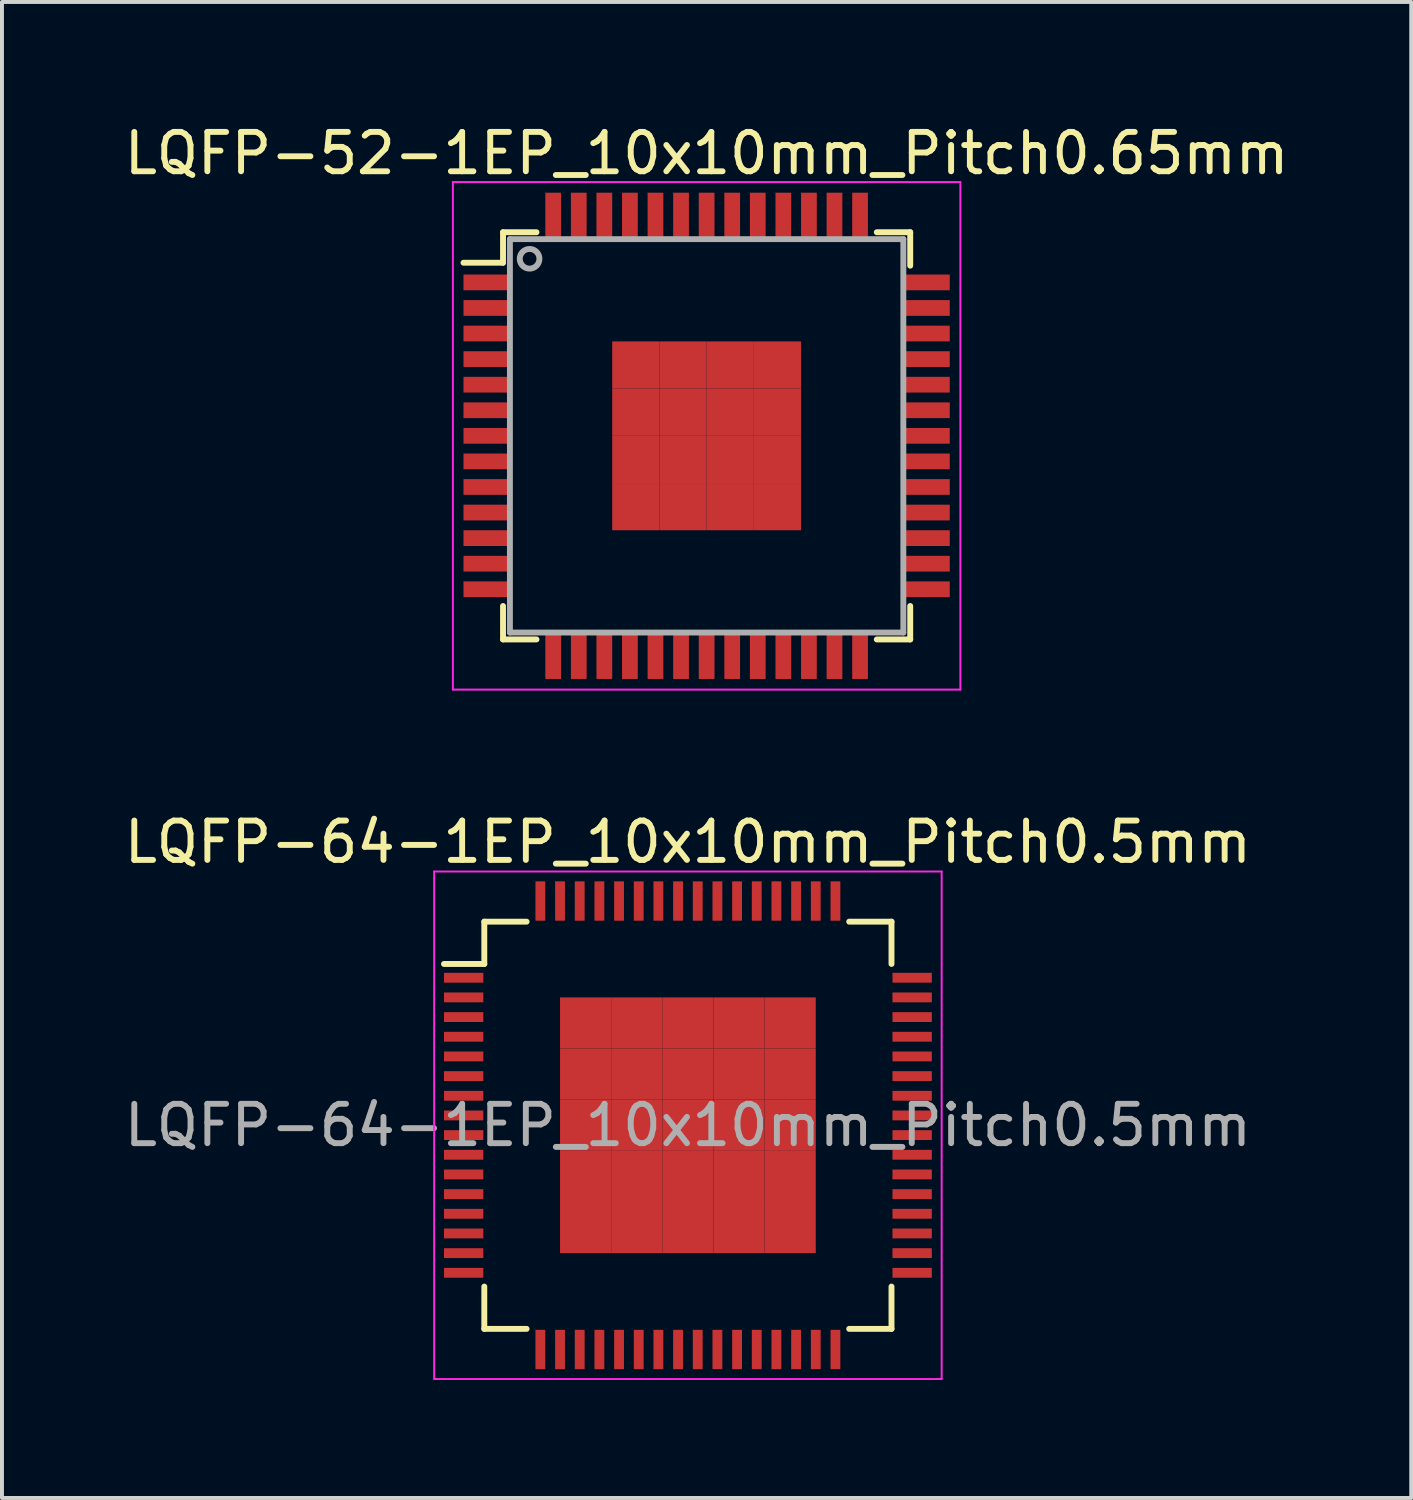
<source format=kicad_pcb>
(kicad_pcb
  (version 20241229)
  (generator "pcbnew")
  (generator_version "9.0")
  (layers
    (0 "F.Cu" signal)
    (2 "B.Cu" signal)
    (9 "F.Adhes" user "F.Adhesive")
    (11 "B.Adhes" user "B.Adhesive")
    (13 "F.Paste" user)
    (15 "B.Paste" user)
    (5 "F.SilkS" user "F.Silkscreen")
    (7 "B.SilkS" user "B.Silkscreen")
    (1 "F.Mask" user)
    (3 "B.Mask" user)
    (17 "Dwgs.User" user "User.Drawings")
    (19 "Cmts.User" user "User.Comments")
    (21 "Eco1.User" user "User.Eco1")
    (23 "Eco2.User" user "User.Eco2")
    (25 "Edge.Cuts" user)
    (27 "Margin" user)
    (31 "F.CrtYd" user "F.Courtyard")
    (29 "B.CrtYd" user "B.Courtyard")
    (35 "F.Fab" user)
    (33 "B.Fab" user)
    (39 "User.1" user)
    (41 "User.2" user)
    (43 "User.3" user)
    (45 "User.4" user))
  (footprint "LQFP-64-1EP_10x10mm_Pitch0.5mm"
    (layer "F.Cu")
    (at 14.435 25.552)
    (property "Reference" "LQFP-64-1EP_10x10mm_Pitch0.5mm" (at 0 -7.2 0) (layer "F.SilkS") (effects (font (size 1 1) (thickness 0.15))))
    (attr smd)
    (fp_line (start -5.175 -5.175) (end -5.175 -4.1) (stroke (width 0.15) (type solid)) (layer "F.SilkS"))
    (fp_line (start -5.175 -5.175) (end -4.1 -5.175) (stroke (width 0.15) (type solid)) (layer "F.SilkS"))
    (fp_line (start -5.175 -4.1) (end -6.2 -4.1) (stroke (width 0.15) (type solid)) (layer "F.SilkS"))
    (fp_line (start -5.175 5.175) (end -5.175 4.1) (stroke (width 0.15) (type solid)) (layer "F.SilkS"))
    (fp_line (start -5.175 5.175) (end -4.1 5.175) (stroke (width 0.15) (type solid)) (layer "F.SilkS"))
    (fp_line (start 5.175 -5.175) (end 4.1 -5.175) (stroke (width 0.15) (type solid)) (layer "F.SilkS"))
    (fp_line (start 5.175 -5.175) (end 5.175 -4.1) (stroke (width 0.15) (type solid)) (layer "F.SilkS"))
    (fp_line (start 5.175 5.175) (end 4.1 5.175) (stroke (width 0.15) (type solid)) (layer "F.SilkS"))
    (fp_line (start 5.175 5.175) (end 5.175 4.1) (stroke (width 0.15) (type solid)) (layer "F.SilkS"))
    (fp_line (start -6.45 -6.45) (end -6.45 6.45) (stroke (width 0.05) (type solid)) (layer "F.CrtYd"))
    (fp_line (start -6.45 -6.45) (end 6.45 -6.45) (stroke (width 0.05) (type solid)) (layer "F.CrtYd"))
    (fp_line (start -6.45 6.45) (end 6.45 6.45) (stroke (width 0.05) (type solid)) (layer "F.CrtYd"))
    (fp_line (start 6.45 -6.45) (end 6.45 6.45) (stroke (width 0.05) (type solid)) (layer "F.CrtYd"))
    (fp_text user "${REFERENCE}" (at 0 0 0) (layer "F.Fab") (effects (font (size 1 1) (thickness 0.15))))
    (pad "1" smd rect (at -5.7 -3.75) (size 1 0.25) (layers "F.Cu" "F.Mask" "F.Paste"))
    (pad "2" smd rect (at -5.7 -3.25) (size 1 0.25) (layers "F.Cu" "F.Mask" "F.Paste"))
    (pad "3" smd rect (at -5.7 -2.75) (size 1 0.25) (layers "F.Cu" "F.Mask" "F.Paste"))
    (pad "4" smd rect (at -5.7 -2.25) (size 1 0.25) (layers "F.Cu" "F.Mask" "F.Paste"))
    (pad "5" smd rect (at -5.7 -1.75) (size 1 0.25) (layers "F.Cu" "F.Mask" "F.Paste"))
    (pad "6" smd rect (at -5.7 -1.25) (size 1 0.25) (layers "F.Cu" "F.Mask" "F.Paste"))
    (pad "7" smd rect (at -5.7 -0.75) (size 1 0.25) (layers "F.Cu" "F.Mask" "F.Paste"))
    (pad "8" smd rect (at -5.7 -0.25) (size 1 0.25) (layers "F.Cu" "F.Mask" "F.Paste"))
    (pad "9" smd rect (at -5.7 0.25) (size 1 0.25) (layers "F.Cu" "F.Mask" "F.Paste"))
    (pad "10" smd rect (at -5.7 0.75) (size 1 0.25) (layers "F.Cu" "F.Mask" "F.Paste"))
    (pad "11" smd rect (at -5.7 1.25) (size 1 0.25) (layers "F.Cu" "F.Mask" "F.Paste"))
    (pad "12" smd rect (at -5.7 1.75) (size 1 0.25) (layers "F.Cu" "F.Mask" "F.Paste"))
    (pad "13" smd rect (at -5.7 2.25) (size 1 0.25) (layers "F.Cu" "F.Mask" "F.Paste"))
    (pad "14" smd rect (at -5.7 2.75) (size 1 0.25) (layers "F.Cu" "F.Mask" "F.Paste"))
    (pad "15" smd rect (at -5.7 3.25) (size 1 0.25) (layers "F.Cu" "F.Mask" "F.Paste"))
    (pad "16" smd rect (at -5.7 3.75) (size 1 0.25) (layers "F.Cu" "F.Mask" "F.Paste"))
    (pad "17" smd rect (at -3.75 5.7 90) (size 1 0.25) (layers "F.Cu" "F.Mask" "F.Paste"))
    (pad "18" smd rect (at -3.25 5.7 90) (size 1 0.25) (layers "F.Cu" "F.Mask" "F.Paste"))
    (pad "19" smd rect (at -2.75 5.7 90) (size 1 0.25) (layers "F.Cu" "F.Mask" "F.Paste"))
    (pad "20" smd rect (at -2.25 5.7 90) (size 1 0.25) (layers "F.Cu" "F.Mask" "F.Paste"))
    (pad "21" smd rect (at -1.75 5.7 90) (size 1 0.25) (layers "F.Cu" "F.Mask" "F.Paste"))
    (pad "22" smd rect (at -1.25 5.7 90) (size 1 0.25) (layers "F.Cu" "F.Mask" "F.Paste"))
    (pad "23" smd rect (at -0.75 5.7 90) (size 1 0.25) (layers "F.Cu" "F.Mask" "F.Paste"))
    (pad "24" smd rect (at -0.25 5.7 90) (size 1 0.25) (layers "F.Cu" "F.Mask" "F.Paste"))
    (pad "25" smd rect (at 0.25 5.7 90) (size 1 0.25) (layers "F.Cu" "F.Mask" "F.Paste"))
    (pad "26" smd rect (at 0.75 5.7 90) (size 1 0.25) (layers "F.Cu" "F.Mask" "F.Paste"))
    (pad "27" smd rect (at 1.25 5.7 90) (size 1 0.25) (layers "F.Cu" "F.Mask" "F.Paste"))
    (pad "28" smd rect (at 1.75 5.7 90) (size 1 0.25) (layers "F.Cu" "F.Mask" "F.Paste"))
    (pad "29" smd rect (at 2.25 5.7 90) (size 1 0.25) (layers "F.Cu" "F.Mask" "F.Paste"))
    (pad "30" smd rect (at 2.75 5.7 90) (size 1 0.25) (layers "F.Cu" "F.Mask" "F.Paste"))
    (pad "31" smd rect (at 3.25 5.7 90) (size 1 0.25) (layers "F.Cu" "F.Mask" "F.Paste"))
    (pad "32" smd rect (at 3.75 5.7 90) (size 1 0.25) (layers "F.Cu" "F.Mask" "F.Paste"))
    (pad "33" smd rect (at 5.7 3.75) (size 1 0.25) (layers "F.Cu" "F.Mask" "F.Paste"))
    (pad "34" smd rect (at 5.7 3.25) (size 1 0.25) (layers "F.Cu" "F.Mask" "F.Paste"))
    (pad "35" smd rect (at 5.7 2.75) (size 1 0.25) (layers "F.Cu" "F.Mask" "F.Paste"))
    (pad "36" smd rect (at 5.7 2.25) (size 1 0.25) (layers "F.Cu" "F.Mask" "F.Paste"))
    (pad "37" smd rect (at 5.7 1.75) (size 1 0.25) (layers "F.Cu" "F.Mask" "F.Paste"))
    (pad "38" smd rect (at 5.7 1.25) (size 1 0.25) (layers "F.Cu" "F.Mask" "F.Paste"))
    (pad "39" smd rect (at 5.7 0.75) (size 1 0.25) (layers "F.Cu" "F.Mask" "F.Paste"))
    (pad "40" smd rect (at 5.7 0.25) (size 1 0.25) (layers "F.Cu" "F.Mask" "F.Paste"))
    (pad "41" smd rect (at 5.7 -0.25) (size 1 0.25) (layers "F.Cu" "F.Mask" "F.Paste"))
    (pad "42" smd rect (at 5.7 -0.75) (size 1 0.25) (layers "F.Cu" "F.Mask" "F.Paste"))
    (pad "43" smd rect (at 5.7 -1.25) (size 1 0.25) (layers "F.Cu" "F.Mask" "F.Paste"))
    (pad "44" smd rect (at 5.7 -1.75) (size 1 0.25) (layers "F.Cu" "F.Mask" "F.Paste"))
    (pad "45" smd rect (at 5.7 -2.25) (size 1 0.25) (layers "F.Cu" "F.Mask" "F.Paste"))
    (pad "46" smd rect (at 5.7 -2.75) (size 1 0.25) (layers "F.Cu" "F.Mask" "F.Paste"))
    (pad "47" smd rect (at 5.7 -3.25) (size 1 0.25) (layers "F.Cu" "F.Mask" "F.Paste"))
    (pad "48" smd rect (at 5.7 -3.75) (size 1 0.25) (layers "F.Cu" "F.Mask" "F.Paste"))
    (pad "49" smd rect (at 3.75 -5.7 90) (size 1 0.25) (layers "F.Cu" "F.Mask" "F.Paste"))
    (pad "50" smd rect (at 3.25 -5.7 90) (size 1 0.25) (layers "F.Cu" "F.Mask" "F.Paste"))
    (pad "51" smd rect (at 2.75 -5.7 90) (size 1 0.25) (layers "F.Cu" "F.Mask" "F.Paste"))
    (pad "52" smd rect (at 2.25 -5.7 90) (size 1 0.25) (layers "F.Cu" "F.Mask" "F.Paste"))
    (pad "53" smd rect (at 1.75 -5.7 90) (size 1 0.25) (layers "F.Cu" "F.Mask" "F.Paste"))
    (pad "54" smd rect (at 1.25 -5.7 90) (size 1 0.25) (layers "F.Cu" "F.Mask" "F.Paste"))
    (pad "55" smd rect (at 0.75 -5.7 90) (size 1 0.25) (layers "F.Cu" "F.Mask" "F.Paste"))
    (pad "56" smd rect (at 0.25 -5.7 90) (size 1 0.25) (layers "F.Cu" "F.Mask" "F.Paste"))
    (pad "57" smd rect (at -0.25 -5.7 90) (size 1 0.25) (layers "F.Cu" "F.Mask" "F.Paste"))
    (pad "58" smd rect (at -0.75 -5.7 90) (size 1 0.25) (layers "F.Cu" "F.Mask" "F.Paste"))
    (pad "59" smd rect (at -1.25 -5.7 90) (size 1 0.25) (layers "F.Cu" "F.Mask" "F.Paste"))
    (pad "60" smd rect (at -1.75 -5.7 90) (size 1 0.25) (layers "F.Cu" "F.Mask" "F.Paste"))
    (pad "61" smd rect (at -2.25 -5.7 90) (size 1 0.25) (layers "F.Cu" "F.Mask" "F.Paste"))
    (pad "62" smd rect (at -2.75 -5.7 90) (size 1 0.25) (layers "F.Cu" "F.Mask" "F.Paste"))
    (pad "63" smd rect (at -3.25 -5.7 90) (size 1 0.25) (layers "F.Cu" "F.Mask" "F.Paste"))
    (pad "64" smd rect (at -3.75 -5.7 90) (size 1 0.25) (layers "F.Cu" "F.Mask" "F.Paste"))
    (pad "65" smd rect (at -2.6 -2.6) (size 1.3 1.3) (layers "F.Cu" "F.Mask" "F.Paste"))
    (pad "65" smd rect (at -2.6 -1.3) (size 1.3 1.3) (layers "F.Cu" "F.Mask" "F.Paste"))
    (pad "65" smd rect (at -2.6 0) (size 1.3 1.3) (layers "F.Cu" "F.Mask" "F.Paste"))
    (pad "65" smd rect (at -2.6 1.3) (size 1.3 1.3) (layers "F.Cu" "F.Mask" "F.Paste"))
    (pad "65" smd rect (at -2.6 2.6) (size 1.3 1.3) (layers "F.Cu" "F.Mask" "F.Paste"))
    (pad "65" smd rect (at -1.3 -2.6) (size 1.3 1.3) (layers "F.Cu" "F.Mask" "F.Paste"))
    (pad "65" smd rect (at -1.3 -1.3) (size 1.3 1.3) (layers "F.Cu" "F.Mask" "F.Paste"))
    (pad "65" smd rect (at -1.3 0) (size 1.3 1.3) (layers "F.Cu" "F.Mask" "F.Paste"))
    (pad "65" smd rect (at -1.3 1.3) (size 1.3 1.3) (layers "F.Cu" "F.Mask" "F.Paste"))
    (pad "65" smd rect (at -1.3 2.6) (size 1.3 1.3) (layers "F.Cu" "F.Mask" "F.Paste"))
    (pad "65" smd rect (at 0 -2.6) (size 1.3 1.3) (layers "F.Cu" "F.Mask" "F.Paste"))
    (pad "65" smd rect (at 0 -1.3) (size 1.3 1.3) (layers "F.Cu" "F.Mask" "F.Paste"))
    (pad "65" smd rect (at 0 0) (size 1.3 1.3) (layers "F.Cu" "F.Mask" "F.Paste"))
    (pad "65" smd rect (at 0 1.3) (size 1.3 1.3) (layers "F.Cu" "F.Mask" "F.Paste"))
    (pad "65" smd rect (at 0 2.6) (size 1.3 1.3) (layers "F.Cu" "F.Mask" "F.Paste"))
    (pad "65" smd rect (at 1.3 -2.6) (size 1.3 1.3) (layers "F.Cu" "F.Mask" "F.Paste"))
    (pad "65" smd rect (at 1.3 -1.3) (size 1.3 1.3) (layers "F.Cu" "F.Mask" "F.Paste"))
    (pad "65" smd rect (at 1.3 0) (size 1.3 1.3) (layers "F.Cu" "F.Mask" "F.Paste"))
    (pad "65" smd rect (at 1.3 1.3) (size 1.3 1.3) (layers "F.Cu" "F.Mask" "F.Paste"))
    (pad "65" smd rect (at 1.3 2.6) (size 1.3 1.3) (layers "F.Cu" "F.Mask" "F.Paste"))
    (pad "65" smd rect (at 2.6 -2.6) (size 1.3 1.3) (layers "F.Cu" "F.Mask" "F.Paste"))
    (pad "65" smd rect (at 2.6 -1.3) (size 1.3 1.3) (layers "F.Cu" "F.Mask" "F.Paste"))
    (pad "65" smd rect (at 2.6 0) (size 1.3 1.3) (layers "F.Cu" "F.Mask" "F.Paste"))
    (pad "65" smd rect (at 2.6 1.3) (size 1.3 1.3) (layers "F.Cu" "F.Mask" "F.Paste"))
    (pad "65" smd rect (at 2.6 2.6) (size 1.3 1.3) (layers "F.Cu" "F.Mask" "F.Paste")))
  (footprint "LQFP-52-1EP_10x10mm_Pitch0.65mm"
    (layer "F.Cu")
    (at 14.911 8.028)
    (property "Reference" "LQFP-52-1EP_10x10mm_Pitch0.65mm" (at 0 -7.18 0) (layer "F.SilkS") (effects (font (size 1 1) (thickness 0.15))))
    (attr smd)
    (fp_line (start -5.175 -5.175) (end -5.175 -4.4) (stroke (width 0.15) (type solid)) (layer "F.SilkS"))
    (fp_line (start -5.175 -5.175) (end -4.325 -5.175) (stroke (width 0.15) (type solid)) (layer "F.SilkS"))
    (fp_line (start -5.175 -4.4) (end -6.18 -4.4) (stroke (width 0.15) (type solid)) (layer "F.SilkS"))
    (fp_line (start -5.175 5.175) (end -5.175 4.325) (stroke (width 0.15) (type solid)) (layer "F.SilkS"))
    (fp_line (start -5.175 5.175) (end -4.325 5.175) (stroke (width 0.15) (type solid)) (layer "F.SilkS"))
    (fp_line (start 5.175 -5.175) (end 4.325 -5.175) (stroke (width 0.15) (type solid)) (layer "F.SilkS"))
    (fp_line (start 5.175 -5.175) (end 5.175 -4.325) (stroke (width 0.15) (type solid)) (layer "F.SilkS"))
    (fp_line (start 5.175 5.175) (end 4.325 5.175) (stroke (width 0.15) (type solid)) (layer "F.SilkS"))
    (fp_line (start 5.175 5.175) (end 5.175 4.325) (stroke (width 0.15) (type solid)) (layer "F.SilkS"))
    (fp_line (start -6.45 -6.45) (end -6.45 6.45) (stroke (width 0.05) (type solid)) (layer "F.CrtYd"))
    (fp_line (start -6.45 -6.45) (end 6.45 -6.45) (stroke (width 0.05) (type solid)) (layer "F.CrtYd"))
    (fp_line (start -6.45 6.45) (end 6.45 6.45) (stroke (width 0.05) (type solid)) (layer "F.CrtYd"))
    (fp_line (start 6.45 -6.45) (end 6.45 6.45) (stroke (width 0.05) (type solid)) (layer "F.CrtYd"))
    (fp_line (start -5 -5) (end 5 -5) (stroke (width 0.15) (type solid)) (layer "F.Fab"))
    (fp_line (start -5 5) (end -5 -5) (stroke (width 0.15) (type solid)) (layer "F.Fab"))
    (fp_line (start 5 -5) (end 5 5) (stroke (width 0.15) (type solid)) (layer "F.Fab"))
    (fp_line (start 5 5) (end -5 5) (stroke (width 0.15) (type solid)) (layer "F.Fab"))
    (fp_circle (center -4.5 -4.5) (end -4.75 -4.5) (stroke (width 0.15) (type solid)) (fill no) (layer "F.Fab"))
    (pad "1" smd rect (at -5.59 -3.9) (size 1.18 0.4) (layers "F.Cu" "F.Mask" "F.Paste"))
    (pad "2" smd rect (at -5.59 -3.25) (size 1.18 0.4) (layers "F.Cu" "F.Mask" "F.Paste"))
    (pad "3" smd rect (at -5.59 -2.6) (size 1.18 0.4) (layers "F.Cu" "F.Mask" "F.Paste"))
    (pad "4" smd rect (at -5.59 -1.95) (size 1.18 0.4) (layers "F.Cu" "F.Mask" "F.Paste"))
    (pad "5" smd rect (at -5.59 -1.3) (size 1.18 0.4) (layers "F.Cu" "F.Mask" "F.Paste"))
    (pad "6" smd rect (at -5.59 -0.65) (size 1.18 0.4) (layers "F.Cu" "F.Mask" "F.Paste"))
    (pad "7" smd rect (at -5.59 0) (size 1.18 0.4) (layers "F.Cu" "F.Mask" "F.Paste"))
    (pad "8" smd rect (at -5.59 0.65) (size 1.18 0.4) (layers "F.Cu" "F.Mask" "F.Paste"))
    (pad "9" smd rect (at -5.59 1.3) (size 1.18 0.4) (layers "F.Cu" "F.Mask" "F.Paste"))
    (pad "10" smd rect (at -5.59 1.95) (size 1.18 0.4) (layers "F.Cu" "F.Mask" "F.Paste"))
    (pad "11" smd rect (at -5.59 2.6) (size 1.18 0.4) (layers "F.Cu" "F.Mask" "F.Paste"))
    (pad "12" smd rect (at -5.59 3.25) (size 1.18 0.4) (layers "F.Cu" "F.Mask" "F.Paste"))
    (pad "13" smd rect (at -5.59 3.9) (size 1.18 0.4) (layers "F.Cu" "F.Mask" "F.Paste"))
    (pad "14" smd rect (at -3.9 5.59 90) (size 1.18 0.4) (layers "F.Cu" "F.Mask" "F.Paste"))
    (pad "15" smd rect (at -3.25 5.59 90) (size 1.18 0.4) (layers "F.Cu" "F.Mask" "F.Paste"))
    (pad "16" smd rect (at -2.6 5.59 90) (size 1.18 0.4) (layers "F.Cu" "F.Mask" "F.Paste"))
    (pad "17" smd rect (at -1.95 5.59 90) (size 1.18 0.4) (layers "F.Cu" "F.Mask" "F.Paste"))
    (pad "18" smd rect (at -1.3 5.59 90) (size 1.18 0.4) (layers "F.Cu" "F.Mask" "F.Paste"))
    (pad "19" smd rect (at -0.65 5.59 90) (size 1.18 0.4) (layers "F.Cu" "F.Mask" "F.Paste"))
    (pad "20" smd rect (at 0 5.59 90) (size 1.18 0.4) (layers "F.Cu" "F.Mask" "F.Paste"))
    (pad "21" smd rect (at 0.65 5.59 90) (size 1.18 0.4) (layers "F.Cu" "F.Mask" "F.Paste"))
    (pad "22" smd rect (at 1.3 5.59 90) (size 1.18 0.4) (layers "F.Cu" "F.Mask" "F.Paste"))
    (pad "23" smd rect (at 1.95 5.59 90) (size 1.18 0.4) (layers "F.Cu" "F.Mask" "F.Paste"))
    (pad "24" smd rect (at 2.6 5.59 90) (size 1.18 0.4) (layers "F.Cu" "F.Mask" "F.Paste"))
    (pad "25" smd rect (at 3.25 5.59 90) (size 1.18 0.4) (layers "F.Cu" "F.Mask" "F.Paste"))
    (pad "26" smd rect (at 3.9 5.59 90) (size 1.18 0.4) (layers "F.Cu" "F.Mask" "F.Paste"))
    (pad "27" smd rect (at 5.59 3.9) (size 1.18 0.4) (layers "F.Cu" "F.Mask" "F.Paste"))
    (pad "28" smd rect (at 5.59 3.25) (size 1.18 0.4) (layers "F.Cu" "F.Mask" "F.Paste"))
    (pad "29" smd rect (at 5.59 2.6) (size 1.18 0.4) (layers "F.Cu" "F.Mask" "F.Paste"))
    (pad "30" smd rect (at 5.59 1.95) (size 1.18 0.4) (layers "F.Cu" "F.Mask" "F.Paste"))
    (pad "31" smd rect (at 5.59 1.3) (size 1.18 0.4) (layers "F.Cu" "F.Mask" "F.Paste"))
    (pad "32" smd rect (at 5.59 0.65) (size 1.18 0.4) (layers "F.Cu" "F.Mask" "F.Paste"))
    (pad "33" smd rect (at 5.59 0) (size 1.18 0.4) (layers "F.Cu" "F.Mask" "F.Paste"))
    (pad "34" smd rect (at 5.59 -0.65) (size 1.18 0.4) (layers "F.Cu" "F.Mask" "F.Paste"))
    (pad "35" smd rect (at 5.59 -1.3) (size 1.18 0.4) (layers "F.Cu" "F.Mask" "F.Paste"))
    (pad "36" smd rect (at 5.59 -1.95) (size 1.18 0.4) (layers "F.Cu" "F.Mask" "F.Paste"))
    (pad "37" smd rect (at 5.59 -2.6) (size 1.18 0.4) (layers "F.Cu" "F.Mask" "F.Paste"))
    (pad "38" smd rect (at 5.59 -3.25) (size 1.18 0.4) (layers "F.Cu" "F.Mask" "F.Paste"))
    (pad "39" smd rect (at 5.59 -3.9) (size 1.18 0.4) (layers "F.Cu" "F.Mask" "F.Paste"))
    (pad "40" smd rect (at 3.9 -5.59 90) (size 1.18 0.4) (layers "F.Cu" "F.Mask" "F.Paste"))
    (pad "41" smd rect (at 3.25 -5.59 90) (size 1.18 0.4) (layers "F.Cu" "F.Mask" "F.Paste"))
    (pad "42" smd rect (at 2.6 -5.59 90) (size 1.18 0.4) (layers "F.Cu" "F.Mask" "F.Paste"))
    (pad "43" smd rect (at 1.95 -5.59 90) (size 1.18 0.4) (layers "F.Cu" "F.Mask" "F.Paste"))
    (pad "44" smd rect (at 1.3 -5.59 90) (size 1.18 0.4) (layers "F.Cu" "F.Mask" "F.Paste"))
    (pad "45" smd rect (at 0.65 -5.59 90) (size 1.18 0.4) (layers "F.Cu" "F.Mask" "F.Paste"))
    (pad "46" smd rect (at 0 -5.59 90) (size 1.18 0.4) (layers "F.Cu" "F.Mask" "F.Paste"))
    (pad "47" smd rect (at -0.65 -5.59 90) (size 1.18 0.4) (layers "F.Cu" "F.Mask" "F.Paste"))
    (pad "48" smd rect (at -1.3 -5.59 90) (size 1.18 0.4) (layers "F.Cu" "F.Mask" "F.Paste"))
    (pad "49" smd rect (at -1.95 -5.59 90) (size 1.18 0.4) (layers "F.Cu" "F.Mask" "F.Paste"))
    (pad "50" smd rect (at -2.6 -5.59 90) (size 1.18 0.4) (layers "F.Cu" "F.Mask" "F.Paste"))
    (pad "51" smd rect (at -3.25 -5.59 90) (size 1.18 0.4) (layers "F.Cu" "F.Mask" "F.Paste"))
    (pad "52" smd rect (at -3.9 -5.59 90) (size 1.18 0.4) (layers "F.Cu" "F.Mask" "F.Paste"))
    (pad "53" smd rect (at -1.8 -1.8) (size 1.2 1.2) (layers "F.Cu" "F.Mask" "F.Paste"))
    (pad "53" smd rect (at -1.8 -0.6) (size 1.2 1.2) (layers "F.Cu" "F.Mask" "F.Paste"))
    (pad "53" smd rect (at -1.8 0.6) (size 1.2 1.2) (layers "F.Cu" "F.Mask" "F.Paste"))
    (pad "53" smd rect (at -1.8 1.8) (size 1.2 1.2) (layers "F.Cu" "F.Mask" "F.Paste"))
    (pad "53" smd rect (at -0.6 -1.8) (size 1.2 1.2) (layers "F.Cu" "F.Mask" "F.Paste"))
    (pad "53" smd rect (at -0.6 -0.6) (size 1.2 1.2) (layers "F.Cu" "F.Mask" "F.Paste"))
    (pad "53" smd rect (at -0.6 0.6) (size 1.2 1.2) (layers "F.Cu" "F.Mask" "F.Paste"))
    (pad "53" smd rect (at -0.6 1.8) (size 1.2 1.2) (layers "F.Cu" "F.Mask" "F.Paste"))
    (pad "53" smd rect (at 0.6 -1.8) (size 1.2 1.2) (layers "F.Cu" "F.Mask" "F.Paste"))
    (pad "53" smd rect (at 0.6 -0.6) (size 1.2 1.2) (layers "F.Cu" "F.Mask" "F.Paste"))
    (pad "53" smd rect (at 0.6 0.6) (size 1.2 1.2) (layers "F.Cu" "F.Mask" "F.Paste"))
    (pad "53" smd rect (at 0.6 1.8) (size 1.2 1.2) (layers "F.Cu" "F.Mask" "F.Paste"))
    (pad "53" smd rect (at 1.8 -1.8) (size 1.2 1.2) (layers "F.Cu" "F.Mask" "F.Paste"))
    (pad "53" smd rect (at 1.8 -0.6) (size 1.2 1.2) (layers "F.Cu" "F.Mask" "F.Paste"))
    (pad "53" smd rect (at 1.8 0.6) (size 1.2 1.2) (layers "F.Cu" "F.Mask" "F.Paste"))
    (pad "53" smd rect (at 1.8 1.8) (size 1.2 1.2) (layers "F.Cu" "F.Mask" "F.Paste")))
  (gr_rect
    (start -3 -3)
    (end 32.821 35.026)
    (stroke (width 0.1) (type default))
    (fill no)
    (layer "Edge.Cuts")))
</source>
